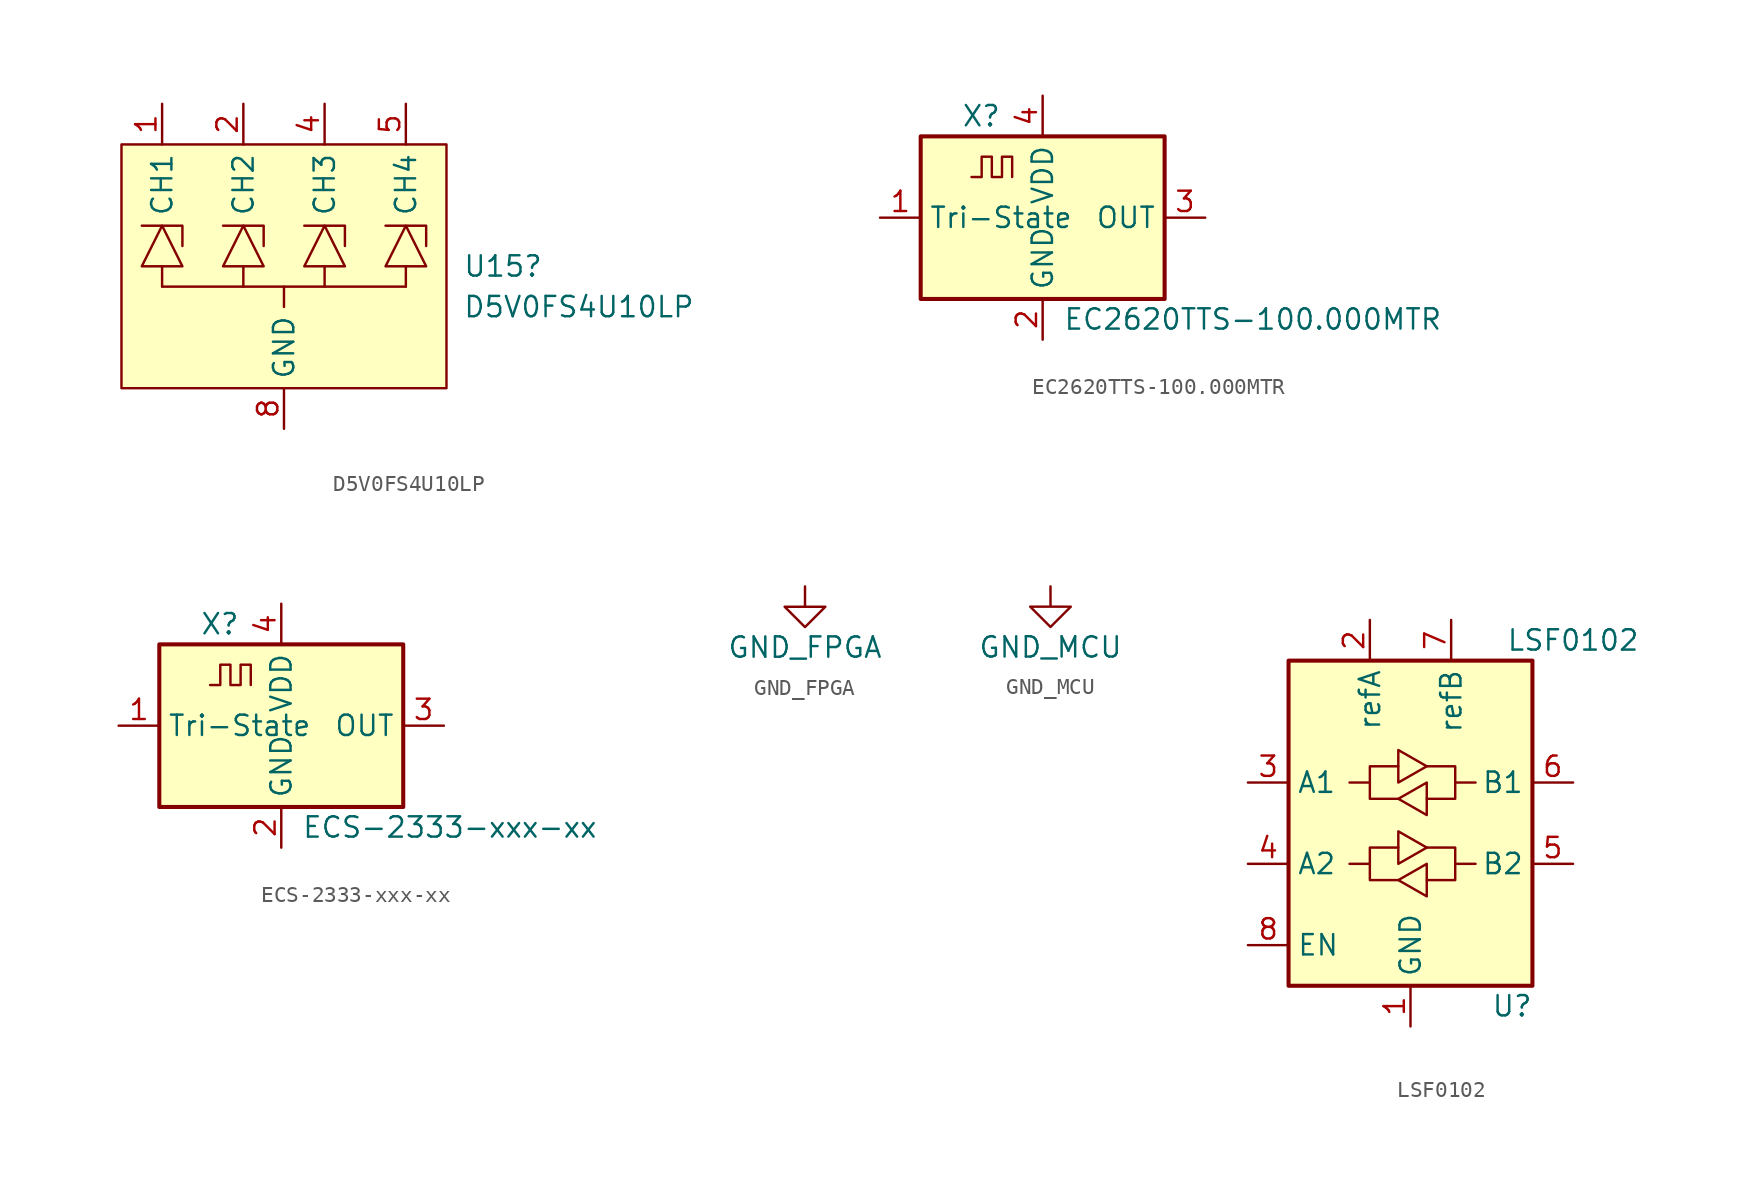
<source format=kicad_sym>
(kicad_symbol_lib
  (version 20211014)
  (generator kicad_symbol_editor)
  (symbol "D5V0FS4U10LP"
    (property "Reference" "U15"
      (at 11.176 0.0001 0)
      (effects (font (size 1.27 1.27)) (justify left)))
    (property "Value" "D5V0FS4U10LP"
      (at 11.176 -2.54 0)
      (effects (font (size 1.27 1.27)) (justify left)))
    (symbol "D5V0FS4U10LP_0_0"
      (pin no_connect line (at 10.16 -10.16 90) (length 2.54) hide (name "" (effects (font (size 1.27 1.27)))) (number "10" (effects (font (size 1.27 1.27)))))
      (pin no_connect line (at 2.54 -10.16 90) (length 2.54) hide (name "" (effects (font (size 1.27 1.27)))) (number "6" (effects (font (size 1.27 1.27)))))
      (pin no_connect line (at 5.08 -10.16 90) (length 2.54) hide (name "" (effects (font (size 1.27 1.27)))) (number "7" (effects (font (size 1.27 1.27)))))
      (pin no_connect line (at 7.62 -10.16 90) (length 2.54) hide (name "" (effects (font (size 1.27 1.27)))) (number "9" (effects (font (size 1.27 1.27))))))
    (symbol "D5V0FS4U10LP_0_1"
      (rectangle (start -10.16 7.62) (end 10.16 -7.62) (stroke (width 0) (type default) (color 0 0 0 0)) (fill (type background)))
      (polyline (pts (xy -7.62 0) (xy -7.62 -1.27)) (stroke (width 0) (type default) (color 0 0 0 0)) (fill (type none)))
      (polyline (pts (xy -2.54 0) (xy -2.54 -1.27)) (stroke (width 0) (type default) (color 0 0 0 0)) (fill (type none)))
      (polyline (pts (xy 0 -2.54) (xy 0 -1.27)) (stroke (width 0) (type default) (color 0 0 0 0)) (fill (type none)))
      (polyline (pts (xy 2.54 0) (xy 2.54 -1.27)) (stroke (width 0) (type default) (color 0 0 0 0)) (fill (type none)))
      (polyline (pts (xy 7.62 -1.27) (xy -7.62 -1.27)) (stroke (width 0) (type default) (color 0 0 0 0)) (fill (type none)))
      (polyline (pts (xy 7.62 0) (xy 7.62 -1.27)) (stroke (width 0) (type default) (color 0 0 0 0)) (fill (type none)))
      (polyline (pts (xy -8.89 2.54) (xy -6.35 2.54) (xy -6.35 1.27)) (stroke (width 0) (type default) (color 0 0 0 0)) (fill (type none)))
      (polyline (pts (xy -3.81 2.54) (xy -1.27 2.54) (xy -1.27 1.27)) (stroke (width 0) (type default) (color 0 0 0 0)) (fill (type none)))
      (polyline (pts (xy 1.27 2.54) (xy 3.81 2.54) (xy 3.81 1.27)) (stroke (width 0) (type default) (color 0 0 0 0)) (fill (type none)))
      (polyline (pts (xy 6.35 2.54) (xy 8.89 2.54) (xy 8.89 1.27)) (stroke (width 0) (type default) (color 0 0 0 0)) (fill (type none)))
      (polyline (pts (xy -8.89 0) (xy -6.35 0) (xy -7.62 2.54) (xy -8.89 0)) (stroke (width 0) (type default) (color 0 0 0 0)) (fill (type none)))
      (polyline (pts (xy -3.81 0) (xy -1.27 0) (xy -2.54 2.54) (xy -3.81 0)) (stroke (width 0) (type default) (color 0 0 0 0)) (fill (type none)))
      (polyline (pts (xy 1.27 0) (xy 3.81 0) (xy 2.54 2.54) (xy 1.27 0)) (stroke (width 0) (type default) (color 0 0 0 0)) (fill (type none)))
      (polyline (pts (xy 6.35 0) (xy 8.89 0) (xy 7.62 2.54) (xy 6.35 0)) (stroke (width 0) (type default) (color 0 0 0 0)) (fill (type none))))
    (symbol "D5V0FS4U10LP_1_1"
      (pin passive line (at -7.62 10.16 270) (length 2.54) (name "CH1" (effects (font (size 1.27 1.27)))) (number "1" (effects (font (size 1.27 1.27)))))
      (pin passive line (at -2.54 10.16 270) (length 2.54) (name "CH2" (effects (font (size 1.27 1.27)))) (number "2" (effects (font (size 1.27 1.27)))))
      (pin power_in line (at 0 -10.16 90) (length 2.54) hide (name "GND" (effects (font (size 1.27 1.27)))) (number "3" (effects (font (size 1.27 1.27)))))
      (pin passive line (at 2.54 10.16 270) (length 2.54) (name "CH3" (effects (font (size 1.27 1.27)))) (number "4" (effects (font (size 1.27 1.27)))))
      (pin passive line (at 7.62 10.16 270) (length 2.54) (name "CH4" (effects (font (size 1.27 1.27)))) (number "5" (effects (font (size 1.27 1.27)))))
      (pin power_in line (at 0 -10.16 90) (length 2.54) (name "GND" (effects (font (size 1.27 1.27)))) (number "8" (effects (font (size 1.27 1.27)))))))
  (symbol "EC2620TTS-100.000MTR"
    (property "Reference" "X"
      (at -5.08 6.35 0)
      (effects (font (size 1.27 1.27)) (justify left)))
    (property "Value" "EC2620TTS-100.000MTR"
      (at 1.27 -6.35 0)
      (effects (font (size 1.27 1.27)) (justify left)))
    (symbol "EC2620TTS-100.000MTR_0_1"
      (rectangle (start -7.62 5.08) (end 7.62 -5.08) (stroke (width 0.254) (type default) (color 0 0 0 0)) (fill (type background)))
      (polyline (pts (xy -4.445 2.54) (xy -3.81 2.54) (xy -3.81 3.81) (xy -3.175 3.81) (xy -3.175 2.54) (xy -2.54 2.54) (xy -2.54 3.81) (xy -1.905 3.81) (xy -1.905 2.54)) (stroke (width 0) (type default) (color 0 0 0 0)) (fill (type none))))
    (symbol "EC2620TTS-100.000MTR_1_1"
      (pin input line (at -10.16 0 0) (length 2.54) (name "Tri-State" (effects (font (size 1.27 1.27)))) (number "1" (effects (font (size 1.27 1.27)))))
      (pin power_in line (at 0 -7.62 90) (length 2.54) (name "GND" (effects (font (size 1.27 1.27)))) (number "2" (effects (font (size 1.27 1.27)))))
      (pin output line (at 10.16 0 180) (length 2.54) (name "OUT" (effects (font (size 1.27 1.27)))) (number "3" (effects (font (size 1.27 1.27)))))
      (pin power_in line (at 0 7.62 270) (length 2.54) (name "VDD" (effects (font (size 1.27 1.27)))) (number "4" (effects (font (size 1.27 1.27)))))))
  (symbol "ECS-2333-xxx-xx"
    (property "Reference" "X"
      (at -5.08 6.35 0)
      (effects (font (size 1.27 1.27)) (justify left)))
    (property "Value" "ECS-2333-xxx-xx"
      (at 1.27 -6.35 0)
      (effects (font (size 1.27 1.27)) (justify left)))
    (symbol "ECS-2333-xxx-xx_0_1"
      (rectangle (start -7.62 5.08) (end 7.62 -5.08) (stroke (width 0.254) (type default) (color 0 0 0 0)) (fill (type background)))
      (polyline (pts (xy -4.445 2.54) (xy -3.81 2.54) (xy -3.81 3.81) (xy -3.175 3.81) (xy -3.175 2.54) (xy -2.54 2.54) (xy -2.54 3.81) (xy -1.905 3.81) (xy -1.905 2.54)) (stroke (width 0) (type default) (color 0 0 0 0)) (fill (type none))))
    (symbol "ECS-2333-xxx-xx_1_1"
      (pin input line (at -10.16 0 0) (length 2.54) (name "Tri-State" (effects (font (size 1.27 1.27)))) (number "1" (effects (font (size 1.27 1.27)))))
      (pin power_in line (at 0 -7.62 90) (length 2.54) (name "GND" (effects (font (size 1.27 1.27)))) (number "2" (effects (font (size 1.27 1.27)))))
      (pin output line (at 10.16 0 180) (length 2.54) (name "OUT" (effects (font (size 1.27 1.27)))) (number "3" (effects (font (size 1.27 1.27)))))
      (pin power_in line (at 0 7.62 270) (length 2.54) (name "VDD" (effects (font (size 1.27 1.27)))) (number "4" (effects (font (size 1.27 1.27)))))))
  (symbol "GND_FPGA"
    (power)
    (pin_names
      (offset 0))
    (property "Reference" "#PWR"
      (at 0 -6.35 0)
      (effects (font (size 1.27 1.27)) hide))
    (property "Value" "GND_FPGA"
      (at 0 -3.81 0)
      (effects (font (size 1.27 1.27))))
    (symbol "GND_FPGA_0_1"
      (polyline (pts (xy 0 0) (xy 0 -1.27) (xy 1.27 -1.27) (xy 0 -2.54) (xy -1.27 -1.27) (xy 0 -1.27)) (stroke (width 0) (type default) (color 0 0 0 0)) (fill (type none))))
    (symbol "GND_FPGA_1_1"
      (pin power_in line (at 0 0 270) (length 0) hide (name "GND_FPGA" (effects (font (size 1.27 1.27)))) (number "1" (effects (font (size 1.27 1.27)))))))
  (symbol "GND_MCU"
    (power)
    (pin_names
      (offset 0))
    (property "Reference" "#PWR"
      (at 0 -6.35 0)
      (effects (font (size 1.27 1.27)) hide))
    (property "Value" "GND_MCU"
      (at 0 -3.81 0)
      (effects (font (size 1.27 1.27))))
    (symbol "GND_MCU_0_1"
      (polyline (pts (xy 0 0) (xy 0 -1.27) (xy 1.27 -1.27) (xy 0 -2.54) (xy -1.27 -1.27) (xy 0 -1.27)) (stroke (width 0) (type default) (color 0 0 0 0)) (fill (type none))))
    (symbol "GND_MCU_1_1"
      (pin power_in line (at 0 0 270) (length 0) hide (name "GND_MCU" (effects (font (size 1.27 1.27)))) (number "1" (effects (font (size 1.27 1.27)))))))
  (symbol "LSF0102"
    (property "Reference" "U"
      (at 6.35 -11.43 0)
      (effects (font (size 1.27 1.27))))
    (property "Value" "LSF0102"
      (at 10.16 11.43 0)
      (effects (font (size 1.27 1.27))))
    (symbol "LSF0102_1_1"
      (rectangle (start -7.62 10.16) (end 7.62 -10.16) (stroke (width 0.254) (type default) (color 0 0 0 0)) (fill (type background)))
      (polyline (pts (xy -2.54 -2.54) (xy -2.54 -1.524) (xy -0.762 -1.524)) (stroke (width 0) (type default) (color 0 0 0 0)) (fill (type none)))
      (polyline (pts (xy -2.54 2.54) (xy -2.54 3.556) (xy -0.762 3.556)) (stroke (width 0) (type default) (color 0 0 0 0)) (fill (type none)))
      (polyline (pts (xy 2.794 -2.54) (xy 2.794 -3.556) (xy 1.016 -3.556)) (stroke (width 0) (type default) (color 0 0 0 0)) (fill (type none)))
      (polyline (pts (xy 2.794 2.54) (xy 2.794 1.524) (xy 1.016 1.524)) (stroke (width 0) (type default) (color 0 0 0 0)) (fill (type none)))
      (polyline (pts (xy -0.762 -3.556) (xy -2.54 -3.556) (xy -2.54 -2.54) (xy -3.81 -2.54)) (stroke (width 0) (type default) (color 0 0 0 0)) (fill (type none)))
      (polyline (pts (xy -0.762 -2.54) (xy -0.762 -0.508) (xy 1.016 -1.524) (xy -0.762 -2.54)) (stroke (width 0) (type default) (color 0 0 0 0)) (fill (type none)))
      (polyline (pts (xy -0.762 1.524) (xy -2.54 1.524) (xy -2.54 2.54) (xy -3.81 2.54)) (stroke (width 0) (type default) (color 0 0 0 0)) (fill (type none)))
      (polyline (pts (xy -0.762 2.54) (xy -0.762 4.572) (xy 1.016 3.556) (xy -0.762 2.54)) (stroke (width 0) (type default) (color 0 0 0 0)) (fill (type none)))
      (polyline (pts (xy 1.016 -1.524) (xy 2.794 -1.524) (xy 2.794 -2.54) (xy 4.064 -2.54)) (stroke (width 0) (type default) (color 0 0 0 0)) (fill (type none)))
      (polyline (pts (xy 1.016 3.556) (xy 2.794 3.556) (xy 2.794 2.54) (xy 4.064 2.54)) (stroke (width 0) (type default) (color 0 0 0 0)) (fill (type none)))
      (polyline (pts (xy 1.016 -2.54) (xy 1.016 -4.318) (xy 1.016 -4.572) (xy -0.762 -3.556) (xy 1.016 -2.54)) (stroke (width 0) (type default) (color 0 0 0 0)) (fill (type none)))
      (polyline (pts (xy 1.016 2.54) (xy 1.016 0.762) (xy 1.016 0.508) (xy -0.762 1.524) (xy 1.016 2.54)) (stroke (width 0) (type default) (color 0 0 0 0)) (fill (type none)))
      (pin power_in line (at 0 -12.7 90) (length 2.54) (name "GND" (effects (font (size 1.27 1.27)))) (number "1" (effects (font (size 1.27 1.27)))))
      (pin power_in line (at -2.54 12.7 270) (length 2.54) (name "refA" (effects (font (size 1.27 1.27)))) (number "2" (effects (font (size 1.27 1.27)))))
      (pin bidirectional line (at -10.16 2.54 0) (length 2.54) (name "A1" (effects (font (size 1.27 1.27)))) (number "3" (effects (font (size 1.27 1.27)))))
      (pin bidirectional line (at -10.16 -2.54 0) (length 2.54) (name "A2" (effects (font (size 1.27 1.27)))) (number "4" (effects (font (size 1.27 1.27)))))
      (pin bidirectional line (at 10.16 -2.54 180) (length 2.54) (name "B2" (effects (font (size 1.27 1.27)))) (number "5" (effects (font (size 1.27 1.27)))))
      (pin bidirectional line (at 10.16 2.54 180) (length 2.54) (name "B1" (effects (font (size 1.27 1.27)))) (number "6" (effects (font (size 1.27 1.27)))))
      (pin power_in line (at 2.54 12.7 270) (length 2.54) (name "refB" (effects (font (size 1.27 1.27)))) (number "7" (effects (font (size 1.27 1.27)))))
      (pin input line (at -10.16 -7.62 0) (length 2.54) (name "EN" (effects (font (size 1.27 1.27)))) (number "8" (effects (font (size 1.27 1.27))))))))
</source>
